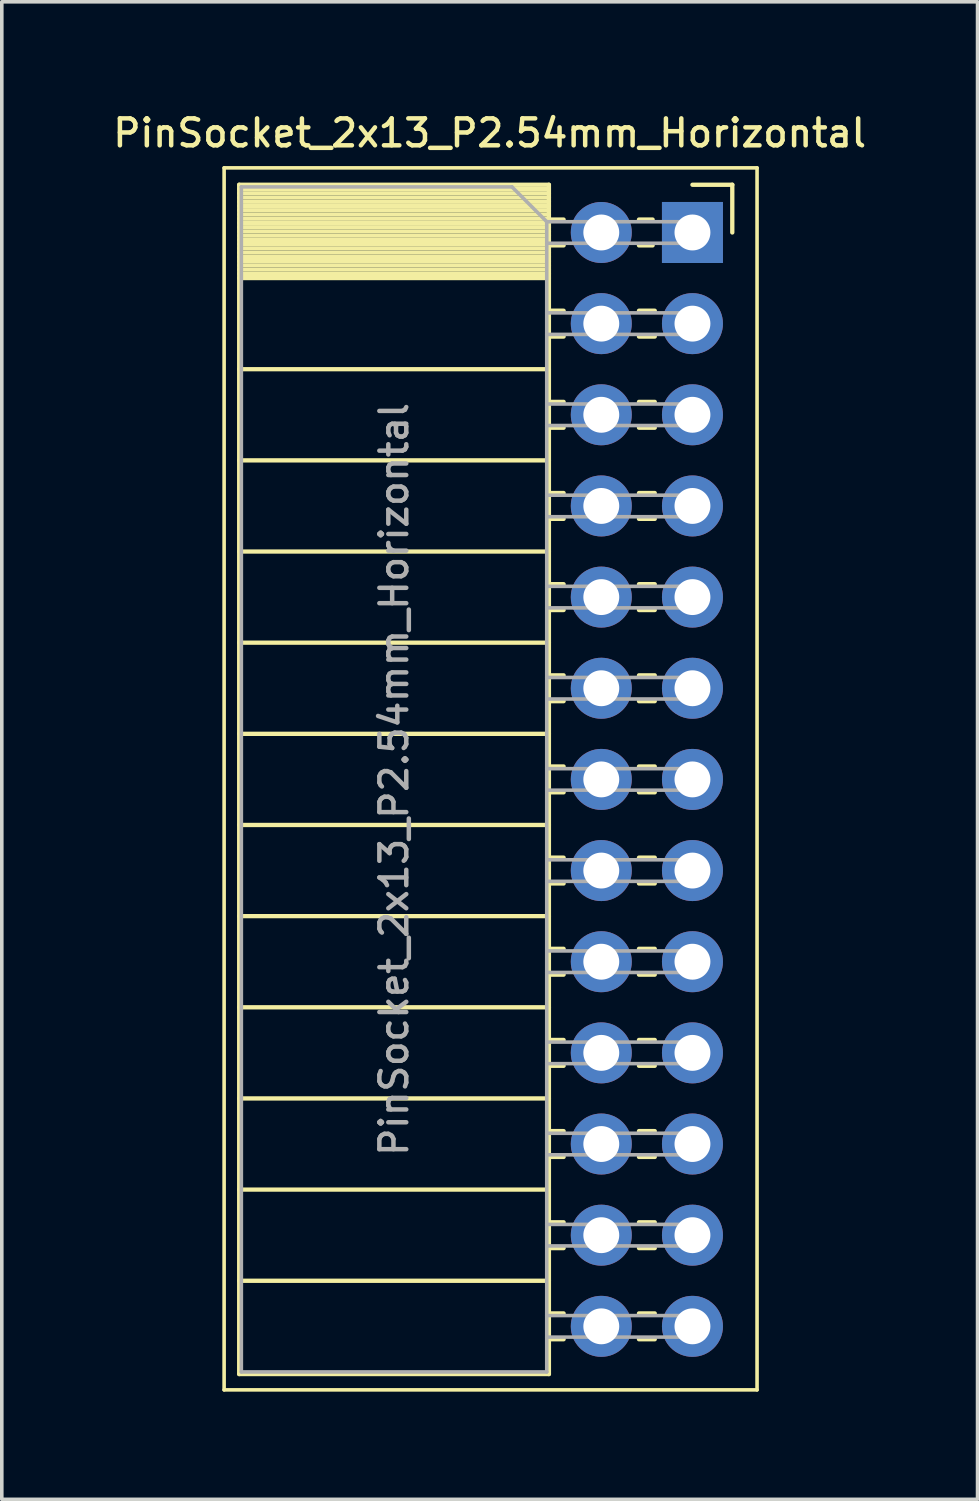
<source format=kicad_pcb>
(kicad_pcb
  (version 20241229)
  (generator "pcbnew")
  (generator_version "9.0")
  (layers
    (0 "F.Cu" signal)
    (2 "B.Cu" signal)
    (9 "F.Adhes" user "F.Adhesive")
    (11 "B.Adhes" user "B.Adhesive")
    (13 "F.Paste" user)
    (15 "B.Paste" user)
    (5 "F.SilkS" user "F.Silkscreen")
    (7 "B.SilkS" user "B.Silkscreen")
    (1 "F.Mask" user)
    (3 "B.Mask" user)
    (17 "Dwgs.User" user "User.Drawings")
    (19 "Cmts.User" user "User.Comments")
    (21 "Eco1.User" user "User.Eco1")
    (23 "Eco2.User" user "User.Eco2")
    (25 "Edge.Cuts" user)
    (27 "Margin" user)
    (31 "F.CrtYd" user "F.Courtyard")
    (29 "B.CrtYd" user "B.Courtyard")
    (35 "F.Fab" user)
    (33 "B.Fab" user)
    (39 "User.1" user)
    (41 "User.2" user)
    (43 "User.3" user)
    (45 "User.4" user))
  (footprint "PinSocket_2x13_P2.54mm_Horizontal"
    (layer "F.Cu")
    (at 16.245 3.428)
    (property "Reference" "PinSocket_2x13_P2.54mm_Horizontal" (at -5.65 -2.77 0) (layer "F.SilkS") (effects (font (size 0.75 0.75) (thickness 0.125))))
    (attr through_hole)
    (fp_line (start -13.05 -1.8) (end -13.05 32.25) (stroke (width 0.1) (type solid)) (layer "F.SilkS"))
    (fp_line (start -13.05 32.25) (end 1.8 32.25) (stroke (width 0.1) (type solid)) (layer "F.SilkS"))
    (fp_line (start -12.63 -1.33) (end -12.63 31.81) (stroke (width 0.12) (type solid)) (layer "F.SilkS"))
    (fp_line (start -12.63 -1.33) (end -4 -1.33) (stroke (width 0.12) (type solid)) (layer "F.SilkS"))
    (fp_line (start -12.63 -1.21) (end -4 -1.21) (stroke (width 0.12) (type solid)) (layer "F.SilkS"))
    (fp_line (start -12.63 -1.092) (end -4 -1.092) (stroke (width 0.12) (type solid)) (layer "F.SilkS"))
    (fp_line (start -12.63 -0.974) (end -4 -0.974) (stroke (width 0.12) (type solid)) (layer "F.SilkS"))
    (fp_line (start -12.63 -0.856) (end -4 -0.856) (stroke (width 0.12) (type solid)) (layer "F.SilkS"))
    (fp_line (start -12.63 -0.738) (end -4 -0.738) (stroke (width 0.12) (type solid)) (layer "F.SilkS"))
    (fp_line (start -12.63 -0.62) (end -4 -0.62) (stroke (width 0.12) (type solid)) (layer "F.SilkS"))
    (fp_line (start -12.63 -0.501) (end -4 -0.501) (stroke (width 0.12) (type solid)) (layer "F.SilkS"))
    (fp_line (start -12.63 -0.383) (end -4 -0.383) (stroke (width 0.12) (type solid)) (layer "F.SilkS"))
    (fp_line (start -12.63 -0.265) (end -4 -0.265) (stroke (width 0.12) (type solid)) (layer "F.SilkS"))
    (fp_line (start -12.63 -0.147) (end -4 -0.147) (stroke (width 0.12) (type solid)) (layer "F.SilkS"))
    (fp_line (start -12.63 -0.029) (end -4 -0.029) (stroke (width 0.12) (type solid)) (layer "F.SilkS"))
    (fp_line (start -12.63 0.089) (end -4 0.089) (stroke (width 0.12) (type solid)) (layer "F.SilkS"))
    (fp_line (start -12.63 0.207) (end -4 0.207) (stroke (width 0.12) (type solid)) (layer "F.SilkS"))
    (fp_line (start -12.63 0.325) (end -4 0.325) (stroke (width 0.12) (type solid)) (layer "F.SilkS"))
    (fp_line (start -12.63 0.443) (end -4 0.443) (stroke (width 0.12) (type solid)) (layer "F.SilkS"))
    (fp_line (start -12.63 0.561) (end -4 0.561) (stroke (width 0.12) (type solid)) (layer "F.SilkS"))
    (fp_line (start -12.63 0.68) (end -4 0.68) (stroke (width 0.12) (type solid)) (layer "F.SilkS"))
    (fp_line (start -12.63 0.798) (end -4 0.798) (stroke (width 0.12) (type solid)) (layer "F.SilkS"))
    (fp_line (start -12.63 0.916) (end -4 0.916) (stroke (width 0.12) (type solid)) (layer "F.SilkS"))
    (fp_line (start -12.63 1.034) (end -4 1.034) (stroke (width 0.12) (type solid)) (layer "F.SilkS"))
    (fp_line (start -12.63 1.152) (end -4 1.152) (stroke (width 0.12) (type solid)) (layer "F.SilkS"))
    (fp_line (start -12.63 1.27) (end -4 1.27) (stroke (width 0.12) (type solid)) (layer "F.SilkS"))
    (fp_line (start -12.63 3.81) (end -4 3.81) (stroke (width 0.12) (type solid)) (layer "F.SilkS"))
    (fp_line (start -12.63 6.35) (end -4 6.35) (stroke (width 0.12) (type solid)) (layer "F.SilkS"))
    (fp_line (start -12.63 8.89) (end -4 8.89) (stroke (width 0.12) (type solid)) (layer "F.SilkS"))
    (fp_line (start -12.63 11.43) (end -4 11.43) (stroke (width 0.12) (type solid)) (layer "F.SilkS"))
    (fp_line (start -12.63 13.97) (end -4 13.97) (stroke (width 0.12) (type solid)) (layer "F.SilkS"))
    (fp_line (start -12.63 16.51) (end -4 16.51) (stroke (width 0.12) (type solid)) (layer "F.SilkS"))
    (fp_line (start -12.63 19.05) (end -4 19.05) (stroke (width 0.12) (type solid)) (layer "F.SilkS"))
    (fp_line (start -12.63 21.59) (end -4 21.59) (stroke (width 0.12) (type solid)) (layer "F.SilkS"))
    (fp_line (start -12.63 24.13) (end -4 24.13) (stroke (width 0.12) (type solid)) (layer "F.SilkS"))
    (fp_line (start -12.63 26.67) (end -4 26.67) (stroke (width 0.12) (type solid)) (layer "F.SilkS"))
    (fp_line (start -12.63 29.21) (end -4 29.21) (stroke (width 0.12) (type solid)) (layer "F.SilkS"))
    (fp_line (start -12.63 31.81) (end -4 31.81) (stroke (width 0.12) (type solid)) (layer "F.SilkS"))
    (fp_line (start -4 -1.33) (end -4 31.81) (stroke (width 0.12) (type solid)) (layer "F.SilkS"))
    (fp_line (start -4 -0.36) (end -3.59 -0.36) (stroke (width 0.12) (type solid)) (layer "F.SilkS"))
    (fp_line (start -4 0.36) (end -3.59 0.36) (stroke (width 0.12) (type solid)) (layer "F.SilkS"))
    (fp_line (start -4 2.18) (end -3.59 2.18) (stroke (width 0.12) (type solid)) (layer "F.SilkS"))
    (fp_line (start -4 2.9) (end -3.59 2.9) (stroke (width 0.12) (type solid)) (layer "F.SilkS"))
    (fp_line (start -4 4.72) (end -3.59 4.72) (stroke (width 0.12) (type solid)) (layer "F.SilkS"))
    (fp_line (start -4 5.44) (end -3.59 5.44) (stroke (width 0.12) (type solid)) (layer "F.SilkS"))
    (fp_line (start -4 7.26) (end -3.59 7.26) (stroke (width 0.12) (type solid)) (layer "F.SilkS"))
    (fp_line (start -4 7.98) (end -3.59 7.98) (stroke (width 0.12) (type solid)) (layer "F.SilkS"))
    (fp_line (start -4 9.8) (end -3.59 9.8) (stroke (width 0.12) (type solid)) (layer "F.SilkS"))
    (fp_line (start -4 10.52) (end -3.59 10.52) (stroke (width 0.12) (type solid)) (layer "F.SilkS"))
    (fp_line (start -4 12.34) (end -3.59 12.34) (stroke (width 0.12) (type solid)) (layer "F.SilkS"))
    (fp_line (start -4 13.06) (end -3.59 13.06) (stroke (width 0.12) (type solid)) (layer "F.SilkS"))
    (fp_line (start -4 14.88) (end -3.59 14.88) (stroke (width 0.12) (type solid)) (layer "F.SilkS"))
    (fp_line (start -4 15.6) (end -3.59 15.6) (stroke (width 0.12) (type solid)) (layer "F.SilkS"))
    (fp_line (start -4 17.42) (end -3.59 17.42) (stroke (width 0.12) (type solid)) (layer "F.SilkS"))
    (fp_line (start -4 18.14) (end -3.59 18.14) (stroke (width 0.12) (type solid)) (layer "F.SilkS"))
    (fp_line (start -4 19.96) (end -3.59 19.96) (stroke (width 0.12) (type solid)) (layer "F.SilkS"))
    (fp_line (start -4 20.68) (end -3.59 20.68) (stroke (width 0.12) (type solid)) (layer "F.SilkS"))
    (fp_line (start -4 22.5) (end -3.59 22.5) (stroke (width 0.12) (type solid)) (layer "F.SilkS"))
    (fp_line (start -4 23.22) (end -3.59 23.22) (stroke (width 0.12) (type solid)) (layer "F.SilkS"))
    (fp_line (start -4 25.04) (end -3.59 25.04) (stroke (width 0.12) (type solid)) (layer "F.SilkS"))
    (fp_line (start -4 25.76) (end -3.59 25.76) (stroke (width 0.12) (type solid)) (layer "F.SilkS"))
    (fp_line (start -4 27.58) (end -3.59 27.58) (stroke (width 0.12) (type solid)) (layer "F.SilkS"))
    (fp_line (start -4 28.3) (end -3.59 28.3) (stroke (width 0.12) (type solid)) (layer "F.SilkS"))
    (fp_line (start -4 30.12) (end -3.59 30.12) (stroke (width 0.12) (type solid)) (layer "F.SilkS"))
    (fp_line (start -4 30.84) (end -3.59 30.84) (stroke (width 0.12) (type solid)) (layer "F.SilkS"))
    (fp_line (start -1.49 -0.36) (end -1.11 -0.36) (stroke (width 0.12) (type solid)) (layer "F.SilkS"))
    (fp_line (start -1.49 0.36) (end -1.11 0.36) (stroke (width 0.12) (type solid)) (layer "F.SilkS"))
    (fp_line (start -1.49 2.18) (end -1.05 2.18) (stroke (width 0.12) (type solid)) (layer "F.SilkS"))
    (fp_line (start -1.49 2.9) (end -1.05 2.9) (stroke (width 0.12) (type solid)) (layer "F.SilkS"))
    (fp_line (start -1.49 4.72) (end -1.05 4.72) (stroke (width 0.12) (type solid)) (layer "F.SilkS"))
    (fp_line (start -1.49 5.44) (end -1.05 5.44) (stroke (width 0.12) (type solid)) (layer "F.SilkS"))
    (fp_line (start -1.49 7.26) (end -1.05 7.26) (stroke (width 0.12) (type solid)) (layer "F.SilkS"))
    (fp_line (start -1.49 7.98) (end -1.05 7.98) (stroke (width 0.12) (type solid)) (layer "F.SilkS"))
    (fp_line (start -1.49 9.8) (end -1.05 9.8) (stroke (width 0.12) (type solid)) (layer "F.SilkS"))
    (fp_line (start -1.49 10.52) (end -1.05 10.52) (stroke (width 0.12) (type solid)) (layer "F.SilkS"))
    (fp_line (start -1.49 12.34) (end -1.05 12.34) (stroke (width 0.12) (type solid)) (layer "F.SilkS"))
    (fp_line (start -1.49 13.06) (end -1.05 13.06) (stroke (width 0.12) (type solid)) (layer "F.SilkS"))
    (fp_line (start -1.49 14.88) (end -1.05 14.88) (stroke (width 0.12) (type solid)) (layer "F.SilkS"))
    (fp_line (start -1.49 15.6) (end -1.05 15.6) (stroke (width 0.12) (type solid)) (layer "F.SilkS"))
    (fp_line (start -1.49 17.42) (end -1.05 17.42) (stroke (width 0.12) (type solid)) (layer "F.SilkS"))
    (fp_line (start -1.49 18.14) (end -1.05 18.14) (stroke (width 0.12) (type solid)) (layer "F.SilkS"))
    (fp_line (start -1.49 19.96) (end -1.05 19.96) (stroke (width 0.12) (type solid)) (layer "F.SilkS"))
    (fp_line (start -1.49 20.68) (end -1.05 20.68) (stroke (width 0.12) (type solid)) (layer "F.SilkS"))
    (fp_line (start -1.49 22.5) (end -1.05 22.5) (stroke (width 0.12) (type solid)) (layer "F.SilkS"))
    (fp_line (start -1.49 23.22) (end -1.05 23.22) (stroke (width 0.12) (type solid)) (layer "F.SilkS"))
    (fp_line (start -1.49 25.04) (end -1.05 25.04) (stroke (width 0.12) (type solid)) (layer "F.SilkS"))
    (fp_line (start -1.49 25.76) (end -1.05 25.76) (stroke (width 0.12) (type solid)) (layer "F.SilkS"))
    (fp_line (start -1.49 27.58) (end -1.05 27.58) (stroke (width 0.12) (type solid)) (layer "F.SilkS"))
    (fp_line (start -1.49 28.3) (end -1.05 28.3) (stroke (width 0.12) (type solid)) (layer "F.SilkS"))
    (fp_line (start -1.49 30.12) (end -1.05 30.12) (stroke (width 0.12) (type solid)) (layer "F.SilkS"))
    (fp_line (start -1.49 30.84) (end -1.05 30.84) (stroke (width 0.12) (type solid)) (layer "F.SilkS"))
    (fp_line (start 0 -1.33) (end 1.11 -1.33) (stroke (width 0.12) (type solid)) (layer "F.SilkS"))
    (fp_line (start 1.11 -1.33) (end 1.11 0) (stroke (width 0.12) (type solid)) (layer "F.SilkS"))
    (fp_line (start 1.8 -1.8) (end -13.05 -1.8) (stroke (width 0.1) (type solid)) (layer "F.SilkS"))
    (fp_line (start 1.8 32.25) (end 1.8 -1.8) (stroke (width 0.1) (type solid)) (layer "F.SilkS"))
    (fp_line (start -12.57 -1.27) (end -5.03 -1.27) (stroke (width 0.1) (type solid)) (layer "F.Fab"))
    (fp_line (start -12.57 31.75) (end -12.57 -1.27) (stroke (width 0.1) (type solid)) (layer "F.Fab"))
    (fp_line (start -5.03 -1.27) (end -4.06 -0.3) (stroke (width 0.1) (type solid)) (layer "F.Fab"))
    (fp_line (start -4.06 -0.3) (end -4.06 31.75) (stroke (width 0.1) (type solid)) (layer "F.Fab"))
    (fp_line (start -4.06 0.3) (end 0 0.3) (stroke (width 0.1) (type solid)) (layer "F.Fab"))
    (fp_line (start -4.06 2.84) (end 0 2.84) (stroke (width 0.1) (type solid)) (layer "F.Fab"))
    (fp_line (start -4.06 5.38) (end 0 5.38) (stroke (width 0.1) (type solid)) (layer "F.Fab"))
    (fp_line (start -4.06 7.92) (end 0 7.92) (stroke (width 0.1) (type solid)) (layer "F.Fab"))
    (fp_line (start -4.06 10.46) (end 0 10.46) (stroke (width 0.1) (type solid)) (layer "F.Fab"))
    (fp_line (start -4.06 13) (end 0 13) (stroke (width 0.1) (type solid)) (layer "F.Fab"))
    (fp_line (start -4.06 15.54) (end 0 15.54) (stroke (width 0.1) (type solid)) (layer "F.Fab"))
    (fp_line (start -4.06 18.08) (end 0 18.08) (stroke (width 0.1) (type solid)) (layer "F.Fab"))
    (fp_line (start -4.06 20.62) (end 0 20.62) (stroke (width 0.1) (type solid)) (layer "F.Fab"))
    (fp_line (start -4.06 23.16) (end 0 23.16) (stroke (width 0.1) (type solid)) (layer "F.Fab"))
    (fp_line (start -4.06 25.7) (end 0 25.7) (stroke (width 0.1) (type solid)) (layer "F.Fab"))
    (fp_line (start -4.06 28.24) (end 0 28.24) (stroke (width 0.1) (type solid)) (layer "F.Fab"))
    (fp_line (start -4.06 30.78) (end 0 30.78) (stroke (width 0.1) (type solid)) (layer "F.Fab"))
    (fp_line (start -4.06 31.75) (end -12.57 31.75) (stroke (width 0.1) (type solid)) (layer "F.Fab"))
    (fp_line (start 0 -0.3) (end -4.06 -0.3) (stroke (width 0.1) (type solid)) (layer "F.Fab"))
    (fp_line (start 0 0.3) (end 0 -0.3) (stroke (width 0.1) (type solid)) (layer "F.Fab"))
    (fp_line (start 0 2.24) (end -4.06 2.24) (stroke (width 0.1) (type solid)) (layer "F.Fab"))
    (fp_line (start 0 2.84) (end 0 2.24) (stroke (width 0.1) (type solid)) (layer "F.Fab"))
    (fp_line (start 0 4.78) (end -4.06 4.78) (stroke (width 0.1) (type solid)) (layer "F.Fab"))
    (fp_line (start 0 5.38) (end 0 4.78) (stroke (width 0.1) (type solid)) (layer "F.Fab"))
    (fp_line (start 0 7.32) (end -4.06 7.32) (stroke (width 0.1) (type solid)) (layer "F.Fab"))
    (fp_line (start 0 7.92) (end 0 7.32) (stroke (width 0.1) (type solid)) (layer "F.Fab"))
    (fp_line (start 0 9.86) (end -4.06 9.86) (stroke (width 0.1) (type solid)) (layer "F.Fab"))
    (fp_line (start 0 10.46) (end 0 9.86) (stroke (width 0.1) (type solid)) (layer "F.Fab"))
    (fp_line (start 0 12.4) (end -4.06 12.4) (stroke (width 0.1) (type solid)) (layer "F.Fab"))
    (fp_line (start 0 13) (end 0 12.4) (stroke (width 0.1) (type solid)) (layer "F.Fab"))
    (fp_line (start 0 14.94) (end -4.06 14.94) (stroke (width 0.1) (type solid)) (layer "F.Fab"))
    (fp_line (start 0 15.54) (end 0 14.94) (stroke (width 0.1) (type solid)) (layer "F.Fab"))
    (fp_line (start 0 17.48) (end -4.06 17.48) (stroke (width 0.1) (type solid)) (layer "F.Fab"))
    (fp_line (start 0 18.08) (end 0 17.48) (stroke (width 0.1) (type solid)) (layer "F.Fab"))
    (fp_line (start 0 20.02) (end -4.06 20.02) (stroke (width 0.1) (type solid)) (layer "F.Fab"))
    (fp_line (start 0 20.62) (end 0 20.02) (stroke (width 0.1) (type solid)) (layer "F.Fab"))
    (fp_line (start 0 22.56) (end -4.06 22.56) (stroke (width 0.1) (type solid)) (layer "F.Fab"))
    (fp_line (start 0 23.16) (end 0 22.56) (stroke (width 0.1) (type solid)) (layer "F.Fab"))
    (fp_line (start 0 25.1) (end -4.06 25.1) (stroke (width 0.1) (type solid)) (layer "F.Fab"))
    (fp_line (start 0 25.7) (end 0 25.1) (stroke (width 0.1) (type solid)) (layer "F.Fab"))
    (fp_line (start 0 27.64) (end -4.06 27.64) (stroke (width 0.1) (type solid)) (layer "F.Fab"))
    (fp_line (start 0 28.24) (end 0 27.64) (stroke (width 0.1) (type solid)) (layer "F.Fab"))
    (fp_line (start 0 30.18) (end -4.06 30.18) (stroke (width 0.1) (type solid)) (layer "F.Fab"))
    (fp_line (start 0 30.78) (end 0 30.18) (stroke (width 0.1) (type solid)) (layer "F.Fab"))
    (fp_text user "${REFERENCE}" (at -8.315 15.24 90) (layer "F.Fab") (effects (font (size 0.75 0.75) (thickness 0.125))))
    (pad "1" thru_hole rect (at 0 0) (size 1.7 1.7) (drill 1) (layers "*.Cu" "*.Mask"))
    (pad "2" thru_hole oval (at -2.54 0) (size 1.7 1.7) (drill 1) (layers "*.Cu" "*.Mask"))
    (pad "3" thru_hole oval (at 0 2.54) (size 1.7 1.7) (drill 1) (layers "*.Cu" "*.Mask"))
    (pad "4" thru_hole oval (at -2.54 2.54) (size 1.7 1.7) (drill 1) (layers "*.Cu" "*.Mask"))
    (pad "5" thru_hole oval (at 0 5.08) (size 1.7 1.7) (drill 1) (layers "*.Cu" "*.Mask"))
    (pad "6" thru_hole oval (at -2.54 5.08) (size 1.7 1.7) (drill 1) (layers "*.Cu" "*.Mask"))
    (pad "7" thru_hole oval (at 0 7.62) (size 1.7 1.7) (drill 1) (layers "*.Cu" "*.Mask"))
    (pad "8" thru_hole oval (at -2.54 7.62) (size 1.7 1.7) (drill 1) (layers "*.Cu" "*.Mask"))
    (pad "9" thru_hole oval (at 0 10.16) (size 1.7 1.7) (drill 1) (layers "*.Cu" "*.Mask"))
    (pad "10" thru_hole oval (at -2.54 10.16) (size 1.7 1.7) (drill 1) (layers "*.Cu" "*.Mask"))
    (pad "11" thru_hole oval (at 0 12.7) (size 1.7 1.7) (drill 1) (layers "*.Cu" "*.Mask"))
    (pad "12" thru_hole oval (at -2.54 12.7) (size 1.7 1.7) (drill 1) (layers "*.Cu" "*.Mask"))
    (pad "13" thru_hole oval (at 0 15.24) (size 1.7 1.7) (drill 1) (layers "*.Cu" "*.Mask"))
    (pad "14" thru_hole oval (at -2.54 15.24) (size 1.7 1.7) (drill 1) (layers "*.Cu" "*.Mask"))
    (pad "15" thru_hole oval (at 0 17.78) (size 1.7 1.7) (drill 1) (layers "*.Cu" "*.Mask"))
    (pad "16" thru_hole oval (at -2.54 17.78) (size 1.7 1.7) (drill 1) (layers "*.Cu" "*.Mask"))
    (pad "17" thru_hole oval (at 0 20.32) (size 1.7 1.7) (drill 1) (layers "*.Cu" "*.Mask"))
    (pad "18" thru_hole oval (at -2.54 20.32) (size 1.7 1.7) (drill 1) (layers "*.Cu" "*.Mask"))
    (pad "19" thru_hole oval (at 0 22.86) (size 1.7 1.7) (drill 1) (layers "*.Cu" "*.Mask"))
    (pad "20" thru_hole oval (at -2.54 22.86) (size 1.7 1.7) (drill 1) (layers "*.Cu" "*.Mask"))
    (pad "21" thru_hole oval (at 0 25.4) (size 1.7 1.7) (drill 1) (layers "*.Cu" "*.Mask"))
    (pad "22" thru_hole oval (at -2.54 25.4) (size 1.7 1.7) (drill 1) (layers "*.Cu" "*.Mask"))
    (pad "23" thru_hole oval (at 0 27.94) (size 1.7 1.7) (drill 1) (layers "*.Cu" "*.Mask"))
    (pad "24" thru_hole oval (at -2.54 27.94) (size 1.7 1.7) (drill 1) (layers "*.Cu" "*.Mask"))
    (pad "25" thru_hole oval (at 0 30.48) (size 1.7 1.7) (drill 1) (layers "*.Cu" "*.Mask"))
    (pad "26" thru_hole oval (at -2.54 30.48) (size 1.7 1.7) (drill 1) (layers "*.Cu" "*.Mask")))
  (gr_rect
    (start -3 -3)
    (end 24.189 38.728)
    (stroke (width 0.1) (type default))
    (fill no)
    (layer "Edge.Cuts")))
</source>
